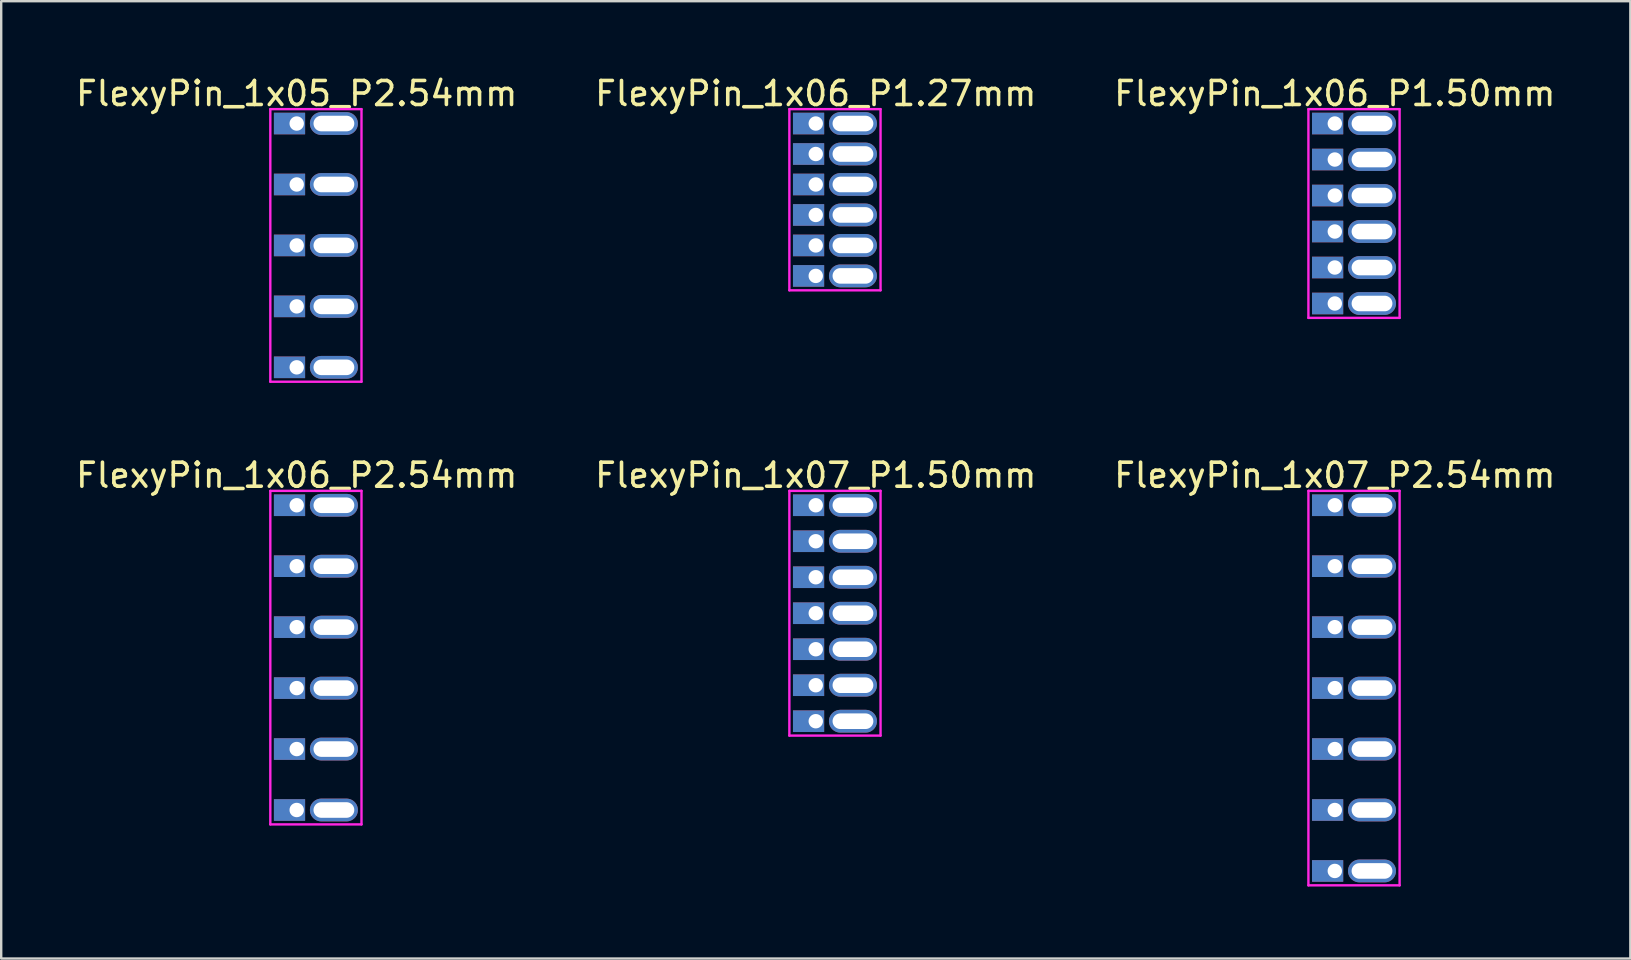
<source format=kicad_pcb>
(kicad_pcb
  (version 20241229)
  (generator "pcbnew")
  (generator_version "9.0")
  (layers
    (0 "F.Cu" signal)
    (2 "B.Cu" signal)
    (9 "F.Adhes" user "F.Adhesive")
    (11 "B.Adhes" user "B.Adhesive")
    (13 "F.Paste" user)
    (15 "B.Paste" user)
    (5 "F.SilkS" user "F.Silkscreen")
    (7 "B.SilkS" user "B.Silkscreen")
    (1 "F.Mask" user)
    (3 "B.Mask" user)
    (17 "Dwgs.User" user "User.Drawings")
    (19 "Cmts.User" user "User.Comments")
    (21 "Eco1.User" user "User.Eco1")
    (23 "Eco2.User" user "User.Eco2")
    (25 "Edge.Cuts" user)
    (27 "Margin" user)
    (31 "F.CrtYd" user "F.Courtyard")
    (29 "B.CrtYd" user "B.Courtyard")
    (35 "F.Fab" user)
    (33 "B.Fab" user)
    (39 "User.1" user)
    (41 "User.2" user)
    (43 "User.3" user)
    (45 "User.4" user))
  (footprint "FlexyPin_1x07_P2.54mm"
    (layer "F.Cu")
    (at 52.577 18.006)
    (property "Reference" "FlexyPin_1x07_P2.54mm" (at 0 -1.25 0) (layer "F.SilkS") (effects (font (size 1 1) (thickness 0.15))))
    (attr through_hole)
    (fp_line (start -1.1 -0.6) (end 2.7 -0.6) (stroke (width 0.1) (type solid)) (layer "F.CrtYd"))
    (fp_line (start -1.1 15.84) (end -1.1 -0.6) (stroke (width 0.1) (type solid)) (layer "F.CrtYd"))
    (fp_line (start 2.7 -0.6) (end 2.7 15.84) (stroke (width 0.1) (type solid)) (layer "F.CrtYd"))
    (fp_line (start 2.7 15.84) (end -1.1 15.84) (stroke (width 0.1) (type solid)) (layer "F.CrtYd"))
    (pad "" thru_hole oval (at 1.55 0) (size 2 0.95) (drill oval 1.7 0.65) (layers "*.Cu" "*.Mask"))
    (pad "" thru_hole oval (at 1.55 2.54) (size 2 0.95) (drill oval 1.7 0.65) (layers "*.Cu" "*.Mask"))
    (pad "" thru_hole oval (at 1.55 5.08) (size 2 0.95) (drill oval 1.7 0.65) (layers "*.Cu" "*.Mask"))
    (pad "" thru_hole oval (at 1.55 7.62) (size 2 0.95) (drill oval 1.7 0.65) (layers "*.Cu" "*.Mask"))
    (pad "" thru_hole oval (at 1.55 10.16) (size 2 0.95) (drill oval 1.7 0.65) (layers "*.Cu" "*.Mask"))
    (pad "" thru_hole oval (at 1.55 12.7) (size 2 0.95) (drill oval 1.7 0.65) (layers "*.Cu" "*.Mask"))
    (pad "" thru_hole oval (at 1.55 15.24) (size 2 0.95) (drill oval 1.7 0.65) (layers "*.Cu" "*.Mask"))
    (pad "1" thru_hole rect (at 0 0) (size 1.3 0.9) (drill 0.6 (offset -0.3 0)) (layers "*.Cu" "*.Mask"))
    (pad "2" thru_hole rect (at 0 2.54) (size 1.3 0.9) (drill 0.6 (offset -0.3 0)) (layers "*.Cu" "*.Mask"))
    (pad "3" thru_hole rect (at 0 5.08) (size 1.3 0.9) (drill 0.6 (offset -0.3 0)) (layers "*.Cu" "*.Mask"))
    (pad "4" thru_hole rect (at 0 7.62) (size 1.3 0.9) (drill 0.6 (offset -0.3 0)) (layers "*.Cu" "*.Mask"))
    (pad "5" thru_hole rect (at 0 10.16) (size 1.3 0.9) (drill 0.6 (offset -0.3 0)) (layers "*.Cu" "*.Mask"))
    (pad "6" thru_hole rect (at 0 12.7) (size 1.3 0.9) (drill 0.6 (offset -0.3 0)) (layers "*.Cu" "*.Mask"))
    (pad "7" thru_hole rect (at 0 15.24) (size 1.3 0.9) (drill 0.6 (offset -0.3 0)) (layers "*.Cu" "*.Mask")))
  (footprint "FlexyPin_1x05_P2.54mm"
    (layer "F.Cu")
    (at 9.315 2.098)
    (property "Reference" "FlexyPin_1x05_P2.54mm" (at 0 -1.25 0) (layer "F.SilkS") (effects (font (size 1 1) (thickness 0.15))))
    (attr through_hole)
    (fp_line (start -1.1 -0.6) (end 2.7 -0.6) (stroke (width 0.1) (type solid)) (layer "F.CrtYd"))
    (fp_line (start -1.1 10.76) (end -1.1 -0.6) (stroke (width 0.1) (type solid)) (layer "F.CrtYd"))
    (fp_line (start 2.7 -0.6) (end 2.7 10.76) (stroke (width 0.1) (type solid)) (layer "F.CrtYd"))
    (fp_line (start 2.7 10.76) (end -1.1 10.76) (stroke (width 0.1) (type solid)) (layer "F.CrtYd"))
    (pad "" thru_hole oval (at 1.55 0) (size 2 0.95) (drill oval 1.7 0.65) (layers "*.Cu" "*.Mask"))
    (pad "" thru_hole oval (at 1.55 2.54) (size 2 0.95) (drill oval 1.7 0.65) (layers "*.Cu" "*.Mask"))
    (pad "" thru_hole oval (at 1.55 5.08) (size 2 0.95) (drill oval 1.7 0.65) (layers "*.Cu" "*.Mask"))
    (pad "" thru_hole oval (at 1.55 7.62) (size 2 0.95) (drill oval 1.7 0.65) (layers "*.Cu" "*.Mask"))
    (pad "" thru_hole oval (at 1.55 10.16) (size 2 0.95) (drill oval 1.7 0.65) (layers "*.Cu" "*.Mask"))
    (pad "1" thru_hole rect (at 0 0) (size 1.3 0.9) (drill 0.6 (offset -0.3 0)) (layers "*.Cu" "*.Mask"))
    (pad "2" thru_hole rect (at 0 2.54) (size 1.3 0.9) (drill 0.6 (offset -0.3 0)) (layers "*.Cu" "*.Mask"))
    (pad "3" thru_hole rect (at 0 5.08) (size 1.3 0.9) (drill 0.6 (offset -0.3 0)) (layers "*.Cu" "*.Mask"))
    (pad "4" thru_hole rect (at 0 7.62) (size 1.3 0.9) (drill 0.6 (offset -0.3 0)) (layers "*.Cu" "*.Mask"))
    (pad "5" thru_hole rect (at 0 10.16) (size 1.3 0.9) (drill 0.6 (offset -0.3 0)) (layers "*.Cu" "*.Mask")))
  (footprint "FlexyPin_1x06_P1.50mm"
    (layer "F.Cu")
    (at 52.577 2.098)
    (property "Reference" "FlexyPin_1x06_P1.50mm" (at 0 -1.25 0) (layer "F.SilkS") (effects (font (size 1 1) (thickness 0.15))))
    (attr through_hole)
    (fp_line (start -1.1 -0.6) (end 2.7 -0.6) (stroke (width 0.1) (type solid)) (layer "F.CrtYd"))
    (fp_line (start -1.1 8.1) (end -1.1 -0.6) (stroke (width 0.1) (type solid)) (layer "F.CrtYd"))
    (fp_line (start 2.7 -0.6) (end 2.7 8.1) (stroke (width 0.1) (type solid)) (layer "F.CrtYd"))
    (fp_line (start 2.7 8.1) (end -1.1 8.1) (stroke (width 0.1) (type solid)) (layer "F.CrtYd"))
    (pad "" thru_hole oval (at 1.55 0) (size 2 0.95) (drill oval 1.7 0.65) (layers "*.Cu" "*.Mask"))
    (pad "" thru_hole oval (at 1.55 1.5) (size 2 0.95) (drill oval 1.7 0.65) (layers "*.Cu" "*.Mask"))
    (pad "" thru_hole oval (at 1.55 3) (size 2 0.95) (drill oval 1.7 0.65) (layers "*.Cu" "*.Mask"))
    (pad "" thru_hole oval (at 1.55 4.5) (size 2 0.95) (drill oval 1.7 0.65) (layers "*.Cu" "*.Mask"))
    (pad "" thru_hole oval (at 1.55 6) (size 2 0.95) (drill oval 1.7 0.65) (layers "*.Cu" "*.Mask"))
    (pad "" thru_hole oval (at 1.55 7.5) (size 2 0.95) (drill oval 1.7 0.65) (layers "*.Cu" "*.Mask"))
    (pad "1" thru_hole rect (at 0 0) (size 1.3 0.9) (drill 0.6 (offset -0.3 0)) (layers "*.Cu" "*.Mask"))
    (pad "2" thru_hole rect (at 0 1.5) (size 1.3 0.9) (drill 0.6 (offset -0.3 0)) (layers "*.Cu" "*.Mask"))
    (pad "3" thru_hole rect (at 0 3) (size 1.3 0.9) (drill 0.6 (offset -0.3 0)) (layers "*.Cu" "*.Mask"))
    (pad "4" thru_hole rect (at 0 4.5) (size 1.3 0.9) (drill 0.6 (offset -0.3 0)) (layers "*.Cu" "*.Mask"))
    (pad "5" thru_hole rect (at 0 6) (size 1.3 0.9) (drill 0.6 (offset -0.3 0)) (layers "*.Cu" "*.Mask"))
    (pad "6" thru_hole rect (at 0 7.5) (size 1.3 0.9) (drill 0.6 (offset -0.3 0)) (layers "*.Cu" "*.Mask")))
  (footprint "FlexyPin_1x07_P1.50mm"
    (layer "F.Cu")
    (at 30.946 18.006)
    (property "Reference" "FlexyPin_1x07_P1.50mm" (at 0 -1.25 0) (layer "F.SilkS") (effects (font (size 1 1) (thickness 0.15))))
    (attr through_hole)
    (fp_line (start -1.1 -0.6) (end 2.7 -0.6) (stroke (width 0.1) (type solid)) (layer "F.CrtYd"))
    (fp_line (start -1.1 9.6) (end -1.1 -0.6) (stroke (width 0.1) (type solid)) (layer "F.CrtYd"))
    (fp_line (start 2.7 -0.6) (end 2.7 9.6) (stroke (width 0.1) (type solid)) (layer "F.CrtYd"))
    (fp_line (start 2.7 9.6) (end -1.1 9.6) (stroke (width 0.1) (type solid)) (layer "F.CrtYd"))
    (pad "" thru_hole oval (at 1.55 0) (size 2 0.95) (drill oval 1.7 0.65) (layers "*.Cu" "*.Mask"))
    (pad "" thru_hole oval (at 1.55 1.5) (size 2 0.95) (drill oval 1.7 0.65) (layers "*.Cu" "*.Mask"))
    (pad "" thru_hole oval (at 1.55 3) (size 2 0.95) (drill oval 1.7 0.65) (layers "*.Cu" "*.Mask"))
    (pad "" thru_hole oval (at 1.55 4.5) (size 2 0.95) (drill oval 1.7 0.65) (layers "*.Cu" "*.Mask"))
    (pad "" thru_hole oval (at 1.55 6) (size 2 0.95) (drill oval 1.7 0.65) (layers "*.Cu" "*.Mask"))
    (pad "" thru_hole oval (at 1.55 7.5) (size 2 0.95) (drill oval 1.7 0.65) (layers "*.Cu" "*.Mask"))
    (pad "" thru_hole oval (at 1.55 9) (size 2 0.95) (drill oval 1.7 0.65) (layers "*.Cu" "*.Mask"))
    (pad "1" thru_hole rect (at 0 0) (size 1.3 0.9) (drill 0.6 (offset -0.3 0)) (layers "*.Cu" "*.Mask"))
    (pad "2" thru_hole rect (at 0 1.5) (size 1.3 0.9) (drill 0.6 (offset -0.3 0)) (layers "*.Cu" "*.Mask"))
    (pad "3" thru_hole rect (at 0 3) (size 1.3 0.9) (drill 0.6 (offset -0.3 0)) (layers "*.Cu" "*.Mask"))
    (pad "4" thru_hole rect (at 0 4.5) (size 1.3 0.9) (drill 0.6 (offset -0.3 0)) (layers "*.Cu" "*.Mask"))
    (pad "5" thru_hole rect (at 0 6) (size 1.3 0.9) (drill 0.6 (offset -0.3 0)) (layers "*.Cu" "*.Mask"))
    (pad "6" thru_hole rect (at 0 7.5) (size 1.3 0.9) (drill 0.6 (offset -0.3 0)) (layers "*.Cu" "*.Mask"))
    (pad "7" thru_hole rect (at 0 9) (size 1.3 0.9) (drill 0.6 (offset -0.3 0)) (layers "*.Cu" "*.Mask")))
  (footprint "FlexyPin_1x06_P1.27mm"
    (layer "F.Cu")
    (at 30.946 2.098)
    (property "Reference" "FlexyPin_1x06_P1.27mm" (at 0 -1.25 0) (layer "F.SilkS") (effects (font (size 1 1) (thickness 0.15))))
    (attr through_hole)
    (fp_line (start -1.1 -0.6) (end 2.7 -0.6) (stroke (width 0.1) (type solid)) (layer "F.CrtYd"))
    (fp_line (start -1.1 6.95) (end -1.1 -0.6) (stroke (width 0.1) (type solid)) (layer "F.CrtYd"))
    (fp_line (start 2.7 -0.6) (end 2.7 6.95) (stroke (width 0.1) (type solid)) (layer "F.CrtYd"))
    (fp_line (start 2.7 6.95) (end -1.1 6.95) (stroke (width 0.1) (type solid)) (layer "F.CrtYd"))
    (pad "" thru_hole oval (at 1.55 0) (size 2 0.95) (drill oval 1.7 0.65) (layers "*.Cu" "*.Mask"))
    (pad "" thru_hole oval (at 1.55 1.27) (size 2 0.95) (drill oval 1.7 0.65) (layers "*.Cu" "*.Mask"))
    (pad "" thru_hole oval (at 1.55 2.54) (size 2 0.95) (drill oval 1.7 0.65) (layers "*.Cu" "*.Mask"))
    (pad "" thru_hole oval (at 1.55 3.81) (size 2 0.95) (drill oval 1.7 0.65) (layers "*.Cu" "*.Mask"))
    (pad "" thru_hole oval (at 1.55 5.08) (size 2 0.95) (drill oval 1.7 0.65) (layers "*.Cu" "*.Mask"))
    (pad "" thru_hole oval (at 1.55 6.35) (size 2 0.95) (drill oval 1.7 0.65) (layers "*.Cu" "*.Mask"))
    (pad "1" thru_hole rect (at 0 0) (size 1.3 0.9) (drill 0.6 (offset -0.3 0)) (layers "*.Cu" "*.Mask"))
    (pad "2" thru_hole rect (at 0 1.27) (size 1.3 0.9) (drill 0.6 (offset -0.3 0)) (layers "*.Cu" "*.Mask"))
    (pad "3" thru_hole rect (at 0 2.54) (size 1.3 0.9) (drill 0.6 (offset -0.3 0)) (layers "*.Cu" "*.Mask"))
    (pad "4" thru_hole rect (at 0 3.81) (size 1.3 0.9) (drill 0.6 (offset -0.3 0)) (layers "*.Cu" "*.Mask"))
    (pad "5" thru_hole rect (at 0 5.08) (size 1.3 0.9) (drill 0.6 (offset -0.3 0)) (layers "*.Cu" "*.Mask"))
    (pad "6" thru_hole rect (at 0 6.35) (size 1.3 0.9) (drill 0.6 (offset -0.3 0)) (layers "*.Cu" "*.Mask")))
  (footprint "FlexyPin_1x06_P2.54mm"
    (layer "F.Cu")
    (at 9.315 18.006)
    (property "Reference" "FlexyPin_1x06_P2.54mm" (at 0 -1.25 0) (layer "F.SilkS") (effects (font (size 1 1) (thickness 0.15))))
    (attr through_hole)
    (fp_line (start -1.1 -0.6) (end 2.7 -0.6) (stroke (width 0.1) (type solid)) (layer "F.CrtYd"))
    (fp_line (start -1.1 13.3) (end -1.1 -0.6) (stroke (width 0.1) (type solid)) (layer "F.CrtYd"))
    (fp_line (start 2.7 -0.6) (end 2.7 13.3) (stroke (width 0.1) (type solid)) (layer "F.CrtYd"))
    (fp_line (start 2.7 13.3) (end -1.1 13.3) (stroke (width 0.1) (type solid)) (layer "F.CrtYd"))
    (pad "" thru_hole oval (at 1.55 0) (size 2 0.95) (drill oval 1.7 0.65) (layers "*.Cu" "*.Mask"))
    (pad "" thru_hole oval (at 1.55 2.54) (size 2 0.95) (drill oval 1.7 0.65) (layers "*.Cu" "*.Mask"))
    (pad "" thru_hole oval (at 1.55 5.08) (size 2 0.95) (drill oval 1.7 0.65) (layers "*.Cu" "*.Mask"))
    (pad "" thru_hole oval (at 1.55 7.62) (size 2 0.95) (drill oval 1.7 0.65) (layers "*.Cu" "*.Mask"))
    (pad "" thru_hole oval (at 1.55 10.16) (size 2 0.95) (drill oval 1.7 0.65) (layers "*.Cu" "*.Mask"))
    (pad "" thru_hole oval (at 1.55 12.7) (size 2 0.95) (drill oval 1.7 0.65) (layers "*.Cu" "*.Mask"))
    (pad "1" thru_hole rect (at 0 0) (size 1.3 0.9) (drill 0.6 (offset -0.3 0)) (layers "*.Cu" "*.Mask"))
    (pad "2" thru_hole rect (at 0 2.54) (size 1.3 0.9) (drill 0.6 (offset -0.3 0)) (layers "*.Cu" "*.Mask"))
    (pad "3" thru_hole rect (at 0 5.08) (size 1.3 0.9) (drill 0.6 (offset -0.3 0)) (layers "*.Cu" "*.Mask"))
    (pad "4" thru_hole rect (at 0 7.62) (size 1.3 0.9) (drill 0.6 (offset -0.3 0)) (layers "*.Cu" "*.Mask"))
    (pad "5" thru_hole rect (at 0 10.16) (size 1.3 0.9) (drill 0.6 (offset -0.3 0)) (layers "*.Cu" "*.Mask"))
    (pad "6" thru_hole rect (at 0 12.7) (size 1.3 0.9) (drill 0.6 (offset -0.3 0)) (layers "*.Cu" "*.Mask")))
  (gr_rect
    (start -3 -3)
    (end 64.893 36.897)
    (stroke (width 0.1) (type default))
    (fill no)
    (layer "Edge.Cuts")))
</source>
